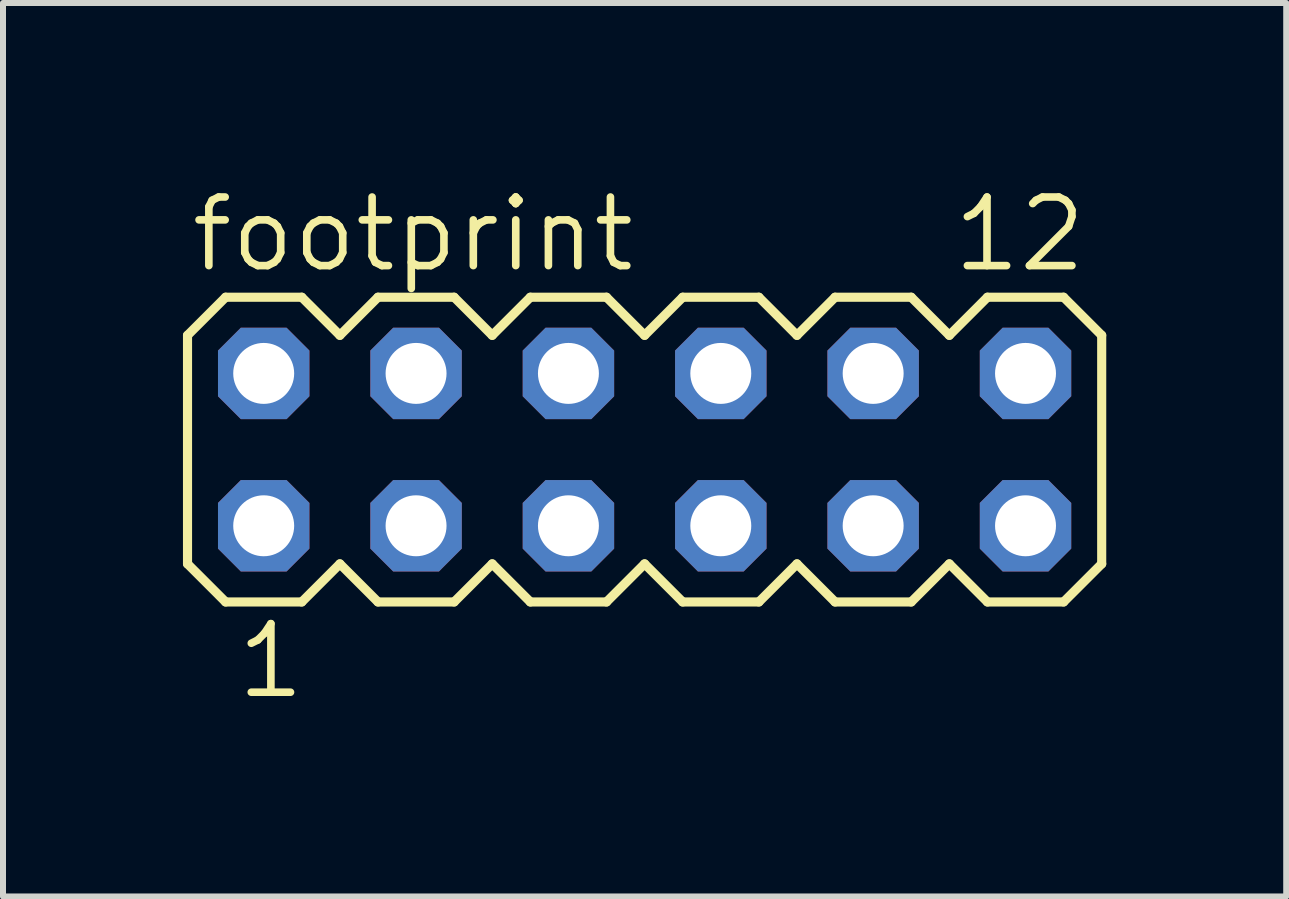
<source format=kicad_pcb>
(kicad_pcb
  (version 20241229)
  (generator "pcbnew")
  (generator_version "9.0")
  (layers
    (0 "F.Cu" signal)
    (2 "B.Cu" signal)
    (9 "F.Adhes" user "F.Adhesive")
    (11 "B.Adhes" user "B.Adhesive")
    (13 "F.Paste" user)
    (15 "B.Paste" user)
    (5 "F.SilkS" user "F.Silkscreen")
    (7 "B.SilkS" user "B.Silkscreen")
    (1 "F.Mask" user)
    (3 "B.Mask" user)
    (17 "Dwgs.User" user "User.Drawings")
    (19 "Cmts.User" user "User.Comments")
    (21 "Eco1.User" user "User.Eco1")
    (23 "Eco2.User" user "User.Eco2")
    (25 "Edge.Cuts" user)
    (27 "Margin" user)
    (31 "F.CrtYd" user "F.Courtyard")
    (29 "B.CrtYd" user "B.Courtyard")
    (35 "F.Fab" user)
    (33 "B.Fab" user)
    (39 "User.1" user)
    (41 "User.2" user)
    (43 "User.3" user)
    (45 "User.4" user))
  (footprint "footprint"
    (layer "F.Cu")
    (at 7.696 4.445)
    (property "Reference" "footprint" (at -7.62 -2.921 0) (layer "F.SilkS") (effects (font (size 1.143 1.143) (thickness 0.127)) (justify left bottom)))
    (fp_line (start -7.62 -1.905) (end -7.62 1.905) (stroke (width 0.152) (type solid)) (layer "F.SilkS"))
    (fp_line (start -7.62 1.905) (end -6.985 2.54) (stroke (width 0.152) (type solid)) (layer "F.SilkS"))
    (fp_line (start -6.985 -2.54) (end -7.62 -1.905) (stroke (width 0.152) (type solid)) (layer "F.SilkS"))
    (fp_line (start -6.985 -2.54) (end -5.715 -2.54) (stroke (width 0.152) (type solid)) (layer "F.SilkS"))
    (fp_line (start -5.715 -2.54) (end -5.08 -1.905) (stroke (width 0.152) (type solid)) (layer "F.SilkS"))
    (fp_line (start -5.715 2.54) (end -6.985 2.54) (stroke (width 0.152) (type solid)) (layer "F.SilkS"))
    (fp_line (start -5.08 -1.905) (end -4.445 -2.54) (stroke (width 0.152) (type solid)) (layer "F.SilkS"))
    (fp_line (start -5.08 1.905) (end -5.715 2.54) (stroke (width 0.152) (type solid)) (layer "F.SilkS"))
    (fp_line (start -4.445 -2.54) (end -3.175 -2.54) (stroke (width 0.152) (type solid)) (layer "F.SilkS"))
    (fp_line (start -4.445 2.54) (end -5.08 1.905) (stroke (width 0.152) (type solid)) (layer "F.SilkS"))
    (fp_line (start -3.175 -2.54) (end -2.54 -1.905) (stroke (width 0.152) (type solid)) (layer "F.SilkS"))
    (fp_line (start -3.175 2.54) (end -4.445 2.54) (stroke (width 0.152) (type solid)) (layer "F.SilkS"))
    (fp_line (start -2.54 -1.905) (end -1.905 -2.54) (stroke (width 0.152) (type solid)) (layer "F.SilkS"))
    (fp_line (start -2.54 1.905) (end -3.175 2.54) (stroke (width 0.152) (type solid)) (layer "F.SilkS"))
    (fp_line (start -1.905 -2.54) (end -0.635 -2.54) (stroke (width 0.152) (type solid)) (layer "F.SilkS"))
    (fp_line (start -1.905 2.54) (end -2.54 1.905) (stroke (width 0.152) (type solid)) (layer "F.SilkS"))
    (fp_line (start -0.635 -2.54) (end 0 -1.905) (stroke (width 0.152) (type solid)) (layer "F.SilkS"))
    (fp_line (start -0.635 2.54) (end -1.905 2.54) (stroke (width 0.152) (type solid)) (layer "F.SilkS"))
    (fp_line (start 0 1.905) (end -0.635 2.54) (stroke (width 0.152) (type solid)) (layer "F.SilkS"))
    (fp_line (start 0 1.905) (end 0.635 2.54) (stroke (width 0.152) (type solid)) (layer "F.SilkS"))
    (fp_line (start 0.635 -2.54) (end 0 -1.905) (stroke (width 0.152) (type solid)) (layer "F.SilkS"))
    (fp_line (start 0.635 -2.54) (end 1.905 -2.54) (stroke (width 0.152) (type solid)) (layer "F.SilkS"))
    (fp_line (start 1.905 -2.54) (end 2.54 -1.905) (stroke (width 0.152) (type solid)) (layer "F.SilkS"))
    (fp_line (start 1.905 2.54) (end 0.635 2.54) (stroke (width 0.152) (type solid)) (layer "F.SilkS"))
    (fp_line (start 2.54 -1.905) (end 3.175 -2.54) (stroke (width 0.152) (type solid)) (layer "F.SilkS"))
    (fp_line (start 2.54 1.905) (end 1.905 2.54) (stroke (width 0.152) (type solid)) (layer "F.SilkS"))
    (fp_line (start 3.175 -2.54) (end 4.445 -2.54) (stroke (width 0.152) (type solid)) (layer "F.SilkS"))
    (fp_line (start 3.175 2.54) (end 2.54 1.905) (stroke (width 0.152) (type solid)) (layer "F.SilkS"))
    (fp_line (start 4.445 -2.54) (end 5.08 -1.905) (stroke (width 0.152) (type solid)) (layer "F.SilkS"))
    (fp_line (start 4.445 2.54) (end 3.175 2.54) (stroke (width 0.152) (type solid)) (layer "F.SilkS"))
    (fp_line (start 5.08 -1.905) (end 5.715 -2.54) (stroke (width 0.152) (type solid)) (layer "F.SilkS"))
    (fp_line (start 5.08 1.905) (end 4.445 2.54) (stroke (width 0.152) (type solid)) (layer "F.SilkS"))
    (fp_line (start 5.715 -2.54) (end 6.985 -2.54) (stroke (width 0.152) (type solid)) (layer "F.SilkS"))
    (fp_line (start 5.715 2.54) (end 5.08 1.905) (stroke (width 0.152) (type solid)) (layer "F.SilkS"))
    (fp_line (start 6.985 -2.54) (end 7.62 -1.905) (stroke (width 0.152) (type solid)) (layer "F.SilkS"))
    (fp_line (start 6.985 2.54) (end 5.715 2.54) (stroke (width 0.152) (type solid)) (layer "F.SilkS"))
    (fp_line (start 7.62 -1.905) (end 7.62 1.905) (stroke (width 0.152) (type solid)) (layer "F.SilkS"))
    (fp_line (start 7.62 1.905) (end 6.985 2.54) (stroke (width 0.152) (type solid)) (layer "F.SilkS"))
    (fp_poly (pts (xy -6.604 -1.016) (xy -6.096 -1.016) (xy -6.096 -1.524) (xy -6.604 -1.524)) (stroke (width 0.1) (type solid)) (fill no) (layer "F.Fab"))
    (fp_poly (pts (xy -6.604 1.524) (xy -6.096 1.524) (xy -6.096 1.016) (xy -6.604 1.016)) (stroke (width 0.1) (type solid)) (fill no) (layer "F.Fab"))
    (fp_poly (pts (xy -4.064 -1.016) (xy -3.556 -1.016) (xy -3.556 -1.524) (xy -4.064 -1.524)) (stroke (width 0.1) (type solid)) (fill no) (layer "F.Fab"))
    (fp_poly (pts (xy -4.064 1.524) (xy -3.556 1.524) (xy -3.556 1.016) (xy -4.064 1.016)) (stroke (width 0.1) (type solid)) (fill no) (layer "F.Fab"))
    (fp_poly (pts (xy -1.524 -1.016) (xy -1.016 -1.016) (xy -1.016 -1.524) (xy -1.524 -1.524)) (stroke (width 0.1) (type solid)) (fill no) (layer "F.Fab"))
    (fp_poly (pts (xy -1.524 1.524) (xy -1.016 1.524) (xy -1.016 1.016) (xy -1.524 1.016)) (stroke (width 0.1) (type solid)) (fill no) (layer "F.Fab"))
    (fp_poly (pts (xy 1.016 -1.016) (xy 1.524 -1.016) (xy 1.524 -1.524) (xy 1.016 -1.524)) (stroke (width 0.1) (type solid)) (fill no) (layer "F.Fab"))
    (fp_poly (pts (xy 1.016 1.524) (xy 1.524 1.524) (xy 1.524 1.016) (xy 1.016 1.016)) (stroke (width 0.1) (type solid)) (fill no) (layer "F.Fab"))
    (fp_poly (pts (xy 3.556 -1.016) (xy 4.064 -1.016) (xy 4.064 -1.524) (xy 3.556 -1.524)) (stroke (width 0.1) (type solid)) (fill no) (layer "F.Fab"))
    (fp_poly (pts (xy 3.556 1.524) (xy 4.064 1.524) (xy 4.064 1.016) (xy 3.556 1.016)) (stroke (width 0.1) (type solid)) (fill no) (layer "F.Fab"))
    (fp_poly (pts (xy 6.096 -1.016) (xy 6.604 -1.016) (xy 6.604 -1.524) (xy 6.096 -1.524)) (stroke (width 0.1) (type solid)) (fill no) (layer "F.Fab"))
    (fp_poly (pts (xy 6.096 1.524) (xy 6.604 1.524) (xy 6.604 1.016) (xy 6.096 1.016)) (stroke (width 0.1) (type solid)) (fill no) (layer "F.Fab"))
    (fp_text user "12" (at 5.08 -2.921 0) (layer "F.SilkS") (effects (font (size 1.143 1.143) (thickness 0.127)) (justify left bottom)))
    (fp_text user "1" (at -6.858 4.191 0) (layer "F.SilkS") (effects (font (size 1.143 1.143) (thickness 0.127)) (justify left bottom)))
    (pad "1" thru_hole roundrect (at -6.35 1.27) (size 1.524 1.524) (drill 1.016) (layers "*.Cu" "*.Mask") (roundrect_rratio 0.25) (chamfer_ratio 0.25) (chamfer top_left top_right bottom_left bottom_right))
    (pad "2" thru_hole roundrect (at -6.35 -1.27) (size 1.524 1.524) (drill 1.016) (layers "*.Cu" "*.Mask") (roundrect_rratio 0.25) (chamfer_ratio 0.25) (chamfer top_left top_right bottom_left bottom_right))
    (pad "3" thru_hole roundrect (at -3.81 1.27) (size 1.524 1.524) (drill 1.016) (layers "*.Cu" "*.Mask") (roundrect_rratio 0.25) (chamfer_ratio 0.25) (chamfer top_left top_right bottom_left bottom_right))
    (pad "4" thru_hole roundrect (at -3.81 -1.27) (size 1.524 1.524) (drill 1.016) (layers "*.Cu" "*.Mask") (roundrect_rratio 0.25) (chamfer_ratio 0.25) (chamfer top_left top_right bottom_left bottom_right))
    (pad "5" thru_hole roundrect (at -1.27 1.27) (size 1.524 1.524) (drill 1.016) (layers "*.Cu" "*.Mask") (roundrect_rratio 0.25) (chamfer_ratio 0.25) (chamfer top_left top_right bottom_left bottom_right))
    (pad "6" thru_hole roundrect (at -1.27 -1.27) (size 1.524 1.524) (drill 1.016) (layers "*.Cu" "*.Mask") (roundrect_rratio 0.25) (chamfer_ratio 0.25) (chamfer top_left top_right bottom_left bottom_right))
    (pad "7" thru_hole roundrect (at 1.27 1.27) (size 1.524 1.524) (drill 1.016) (layers "*.Cu" "*.Mask") (roundrect_rratio 0.25) (chamfer_ratio 0.25) (chamfer top_left top_right bottom_left bottom_right))
    (pad "8" thru_hole roundrect (at 1.27 -1.27) (size 1.524 1.524) (drill 1.016) (layers "*.Cu" "*.Mask") (roundrect_rratio 0.25) (chamfer_ratio 0.25) (chamfer top_left top_right bottom_left bottom_right))
    (pad "9" thru_hole roundrect (at 3.81 1.27) (size 1.524 1.524) (drill 1.016) (layers "*.Cu" "*.Mask") (roundrect_rratio 0.25) (chamfer_ratio 0.25) (chamfer top_left top_right bottom_left bottom_right))
    (pad "10" thru_hole roundrect (at 3.81 -1.27) (size 1.524 1.524) (drill 1.016) (layers "*.Cu" "*.Mask") (roundrect_rratio 0.25) (chamfer_ratio 0.25) (chamfer top_left top_right bottom_left bottom_right))
    (pad "11" thru_hole roundrect (at 6.35 1.27) (size 1.524 1.524) (drill 1.016) (layers "*.Cu" "*.Mask") (roundrect_rratio 0.25) (chamfer_ratio 0.25) (chamfer top_left top_right bottom_left bottom_right))
    (pad "12" thru_hole roundrect (at 6.35 -1.27) (size 1.524 1.524) (drill 1.016) (layers "*.Cu" "*.Mask") (roundrect_rratio 0.25) (chamfer_ratio 0.25) (chamfer top_left top_right bottom_left bottom_right)))
  (gr_rect
    (start -3 -3)
    (end 18.392 11.895)
    (stroke (width 0.1) (type default))
    (fill no)
    (layer "Edge.Cuts")))
</source>
